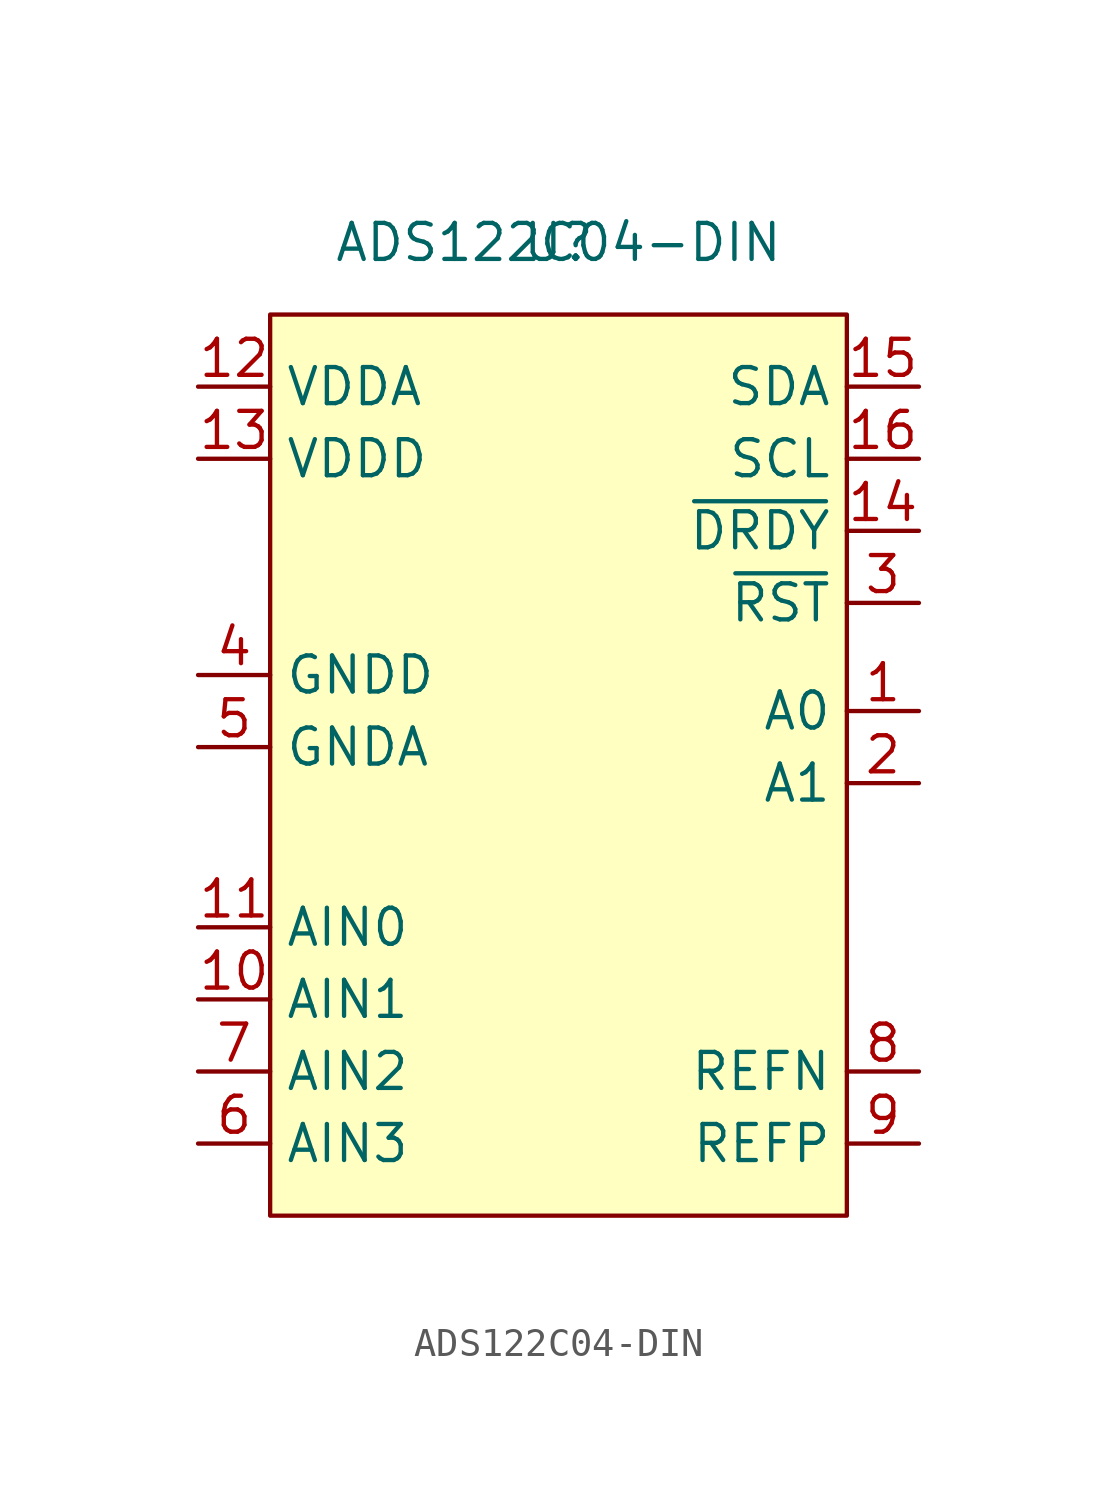
<source format=kicad_sym>
(kicad_symbol_lib
  (version 20211014)
  (generator kicad_symbol_editor)
  (symbol "ADS122C04-DIN"
    (property "Reference" "U"
      (at 0 2.54 0)
      (effects (font (size 1.27 1.27))))
    (property "Value" "ADS122C04-DIN"
      (at 0 2.54 0)
      (effects (font (size 1.27 1.27))))
    (symbol "ADS122C04-DIN_0_0"
      (pin input line (at 12.7 -13.97 180) (length 2.54) (name "A0" (effects (font (size 1.27 1.27)))) (number "1" (effects (font (size 1.27 1.27)))))
      (pin input line (at -12.7 -24.13 0) (length 2.54) (name "AIN1" (effects (font (size 1.27 1.27)))) (number "10" (effects (font (size 1.27 1.27)))))
      (pin input line (at -12.7 -21.59 0) (length 2.54) (name "AIN0" (effects (font (size 1.27 1.27)))) (number "11" (effects (font (size 1.27 1.27)))))
      (pin power_in line (at -12.7 -2.54 0) (length 2.54) (name "VDDA" (effects (font (size 1.27 1.27)))) (number "12" (effects (font (size 1.27 1.27)))))
      (pin power_in line (at -12.7 -5.08 0) (length 2.54) (name "VDDD" (effects (font (size 1.27 1.27)))) (number "13" (effects (font (size 1.27 1.27)))))
      (pin output line (at 12.7 -7.62 180) (length 2.54) (name "~{DRDY}" (effects (font (size 1.27 1.27)))) (number "14" (effects (font (size 1.27 1.27)))))
      (pin bidirectional line (at 12.7 -2.54 180) (length 2.54) (name "SDA" (effects (font (size 1.27 1.27)))) (number "15" (effects (font (size 1.27 1.27)))))
      (pin input line (at 12.7 -5.08 180) (length 2.54) (name "SCL" (effects (font (size 1.27 1.27)))) (number "16" (effects (font (size 1.27 1.27)))))
      (pin input line (at 12.7 -16.51 180) (length 2.54) (name "A1" (effects (font (size 1.27 1.27)))) (number "2" (effects (font (size 1.27 1.27)))))
      (pin input line (at 12.7 -10.16 180) (length 2.54) (name "~{RST}" (effects (font (size 1.27 1.27)))) (number "3" (effects (font (size 1.27 1.27)))))
      (pin passive line (at -12.7 -12.7 0) (length 2.54) (name "GNDD" (effects (font (size 1.27 1.27)))) (number "4" (effects (font (size 1.27 1.27)))))
      (pin passive line (at -12.7 -15.24 0) (length 2.54) (name "GNDA" (effects (font (size 1.27 1.27)))) (number "5" (effects (font (size 1.27 1.27)))))
      (pin input line (at -12.7 -29.21 0) (length 2.54) (name "AIN3" (effects (font (size 1.27 1.27)))) (number "6" (effects (font (size 1.27 1.27)))))
      (pin input line (at -12.7 -26.67 0) (length 2.54) (name "AIN2" (effects (font (size 1.27 1.27)))) (number "7" (effects (font (size 1.27 1.27)))))
      (pin input line (at 12.7 -26.67 180) (length 2.54) (name "REFN" (effects (font (size 1.27 1.27)))) (number "8" (effects (font (size 1.27 1.27)))))
      (pin input line (at 12.7 -29.21 180) (length 2.54) (name "REFP" (effects (font (size 1.27 1.27)))) (number "9" (effects (font (size 1.27 1.27))))))
    (symbol "ADS122C04-DIN_0_1"
      (rectangle (start -10.16 0) (end 10.16 -31.75) (stroke (width 0.152) (type default) (color 0 0 0 0)) (fill (type background))))))
</source>
